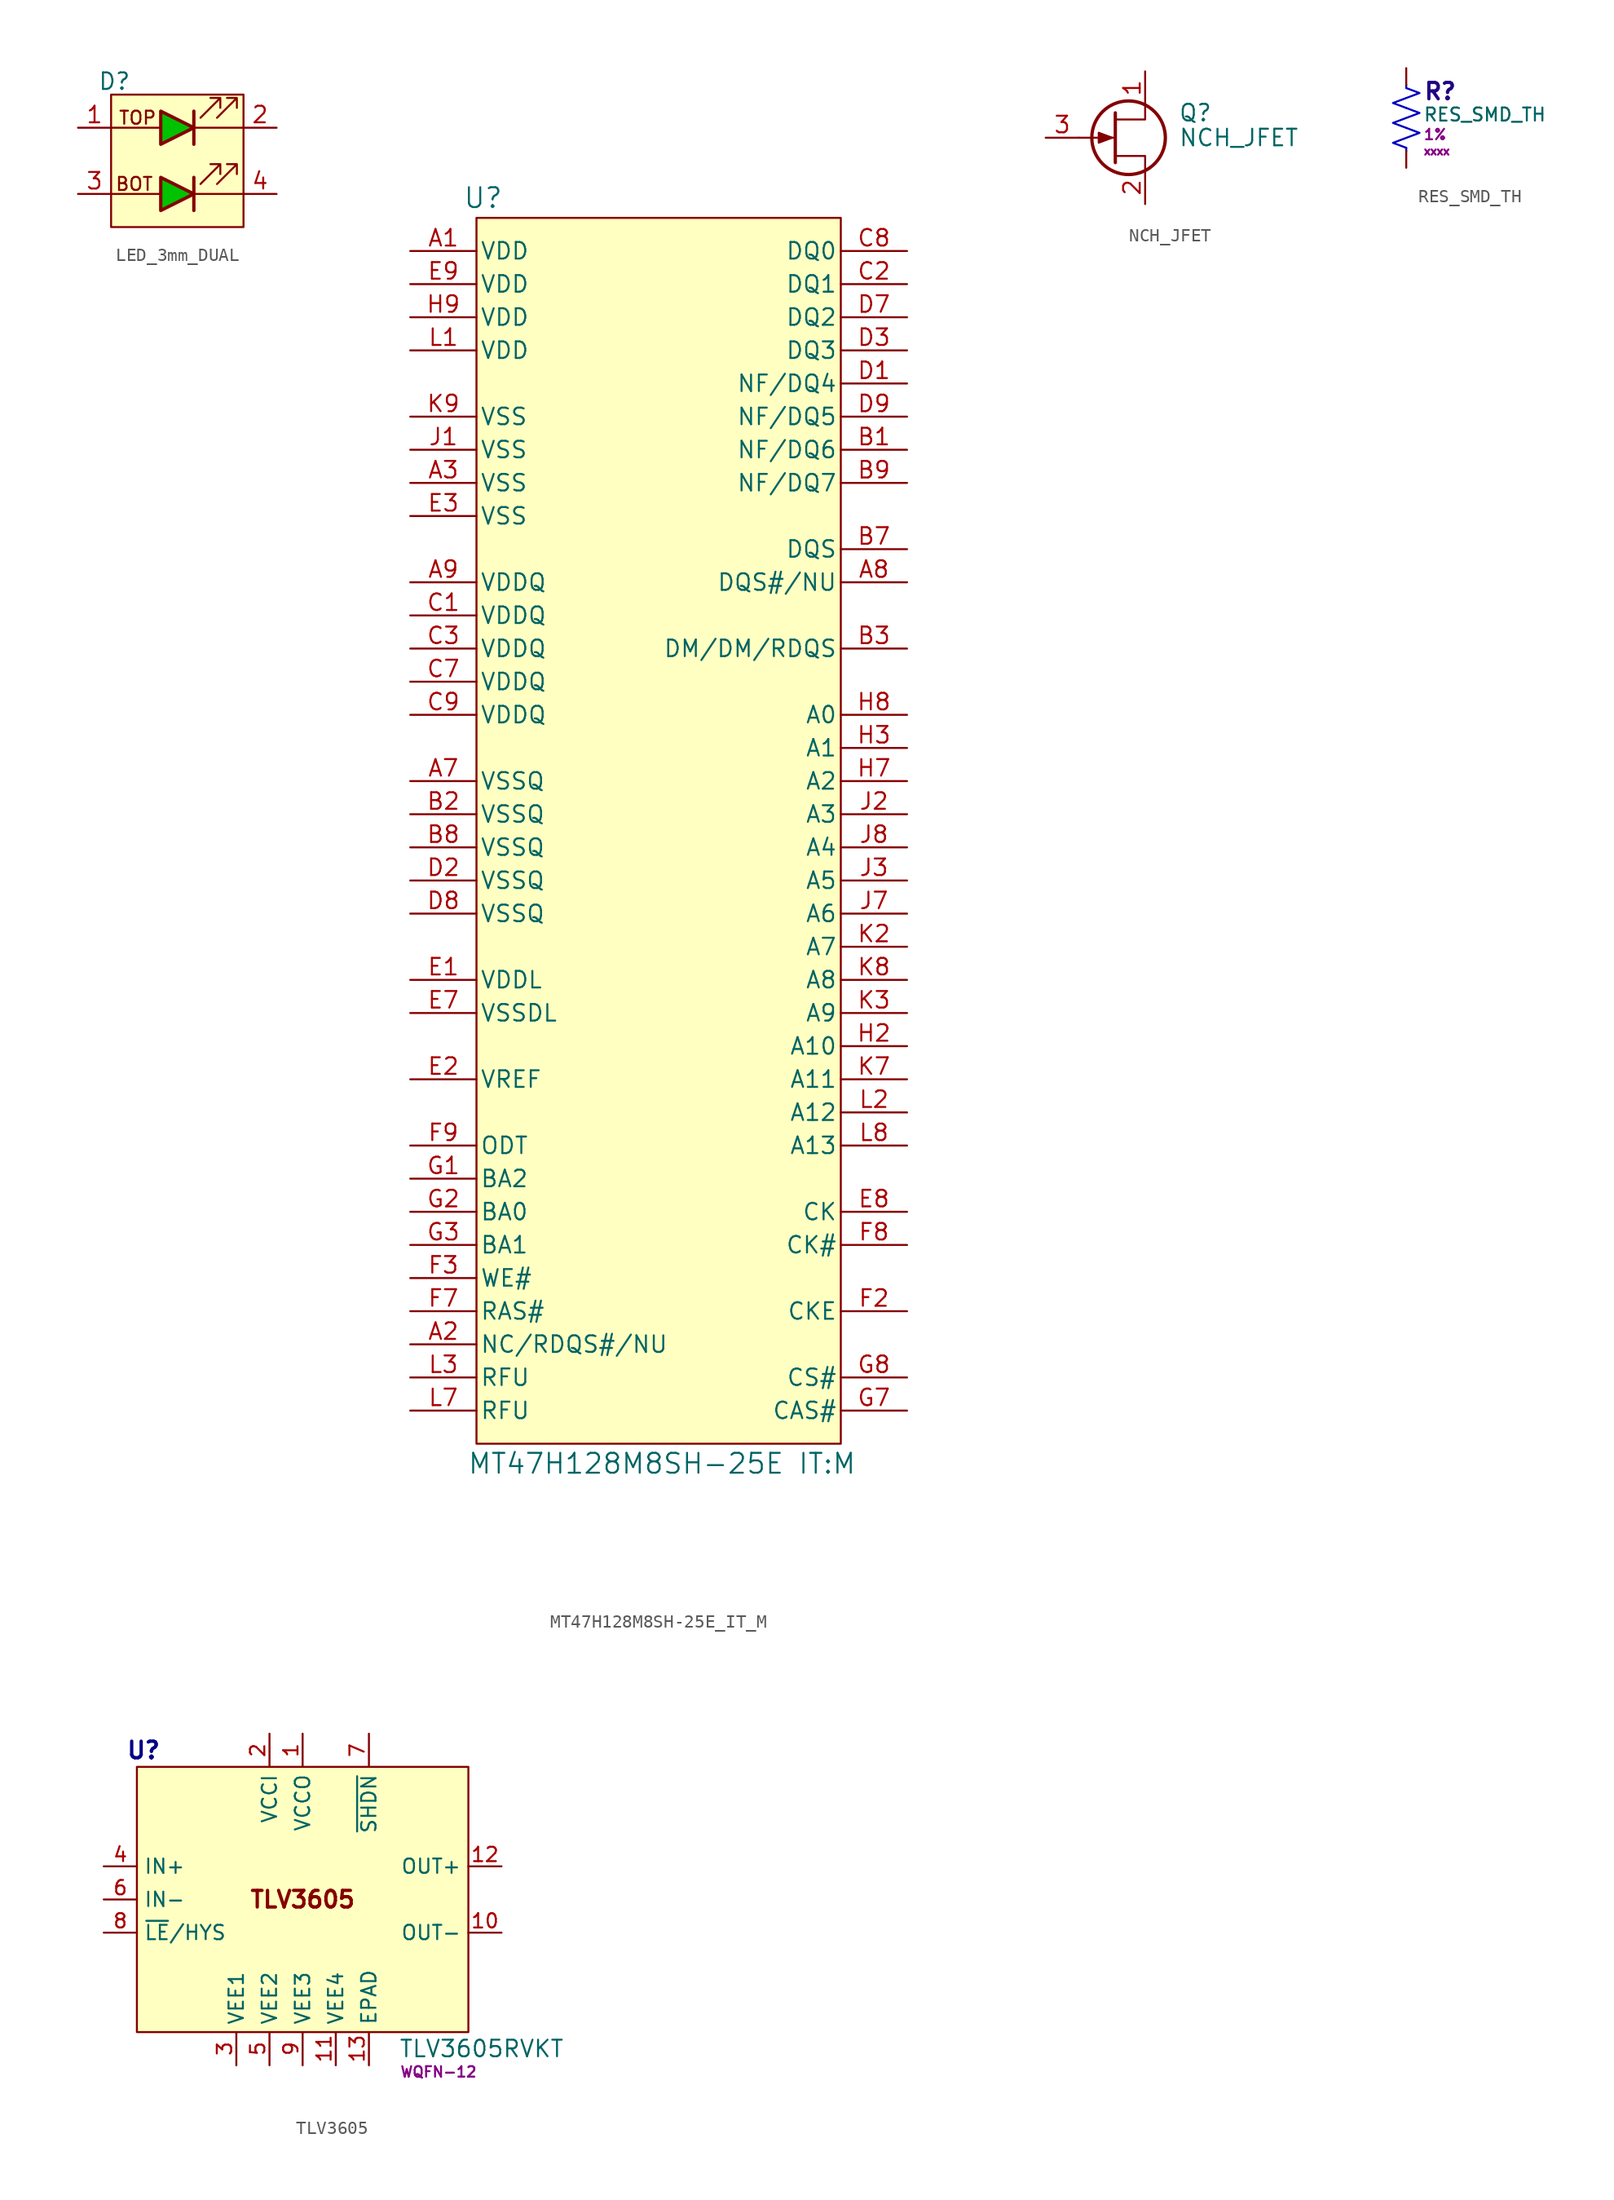
<source format=kicad_sym>
(kicad_symbol_lib
  (version 20241209)
  (generator "kicad_symbol_editor")
  (generator_version "9.0")
  (symbol "LED_3mm_DUAL"
    (property "Reference" "D"
      (at -4.826 6.096 0)
      (effects (font (size 1.27 1.27))))
    (property "Value" ""
      (at 0 2.54 0)
      (effects (font (size 1.27 1.27))))
    (symbol "LED_3mm_DUAL_0_1"
      (polyline (pts (xy -1.27 2.54) (xy -5.08 2.54)) (stroke (width 0) (type default)) (fill (type none)))
      (polyline (pts (xy -1.27 -2.54) (xy -5.08 -2.54)) (stroke (width 0) (type default)) (fill (type none)))
      (polyline (pts (xy 1.27 3.81) (xy 1.27 1.27)) (stroke (width 0.254) (type default)) (fill (type none)))
      (polyline (pts (xy 1.27 -1.27) (xy 1.27 -3.81)) (stroke (width 0.254) (type default)) (fill (type none)))
      (polyline (pts (xy 1.778 3.302) (xy 3.302 4.826) (xy 2.54 4.826) (xy 3.302 4.826) (xy 3.302 4.064)) (stroke (width 0) (type default)) (fill (type none)))
      (polyline (pts (xy 1.778 -1.778) (xy 3.302 -0.254) (xy 2.54 -0.254) (xy 3.302 -0.254) (xy 3.302 -1.016)) (stroke (width 0) (type default)) (fill (type none)))
      (polyline (pts (xy 3.048 3.302) (xy 4.572 4.826) (xy 3.81 4.826) (xy 4.572 4.826) (xy 4.572 4.064)) (stroke (width 0) (type default)) (fill (type none)))
      (polyline (pts (xy 3.048 -1.778) (xy 4.572 -0.254) (xy 3.81 -0.254) (xy 4.572 -0.254) (xy 4.572 -1.016)) (stroke (width 0) (type default)) (fill (type none)))
      (polyline (pts (xy 5.08 2.54) (xy 1.27 2.54)) (stroke (width 0) (type default)) (fill (type none)))
      (polyline (pts (xy 5.08 -2.54) (xy 1.27 -2.54)) (stroke (width 0) (type default)) (fill (type none))))
    (symbol "LED_3mm_DUAL_1_1"
      (rectangle (start -5.08 5.08) (end 5.08 -5.08) (stroke (width 0) (type default)) (fill (type background)))
      (polyline (pts (xy -1.27 3.81) (xy -1.27 1.27) (xy 1.27 2.54) (xy -1.27 3.81)) (stroke (width 0.254) (type default)) (fill (type color) (color 0 194 0 1)))
      (polyline (pts (xy -1.27 -1.27) (xy -1.27 -3.81) (xy 1.27 -2.54) (xy -1.27 -1.27)) (stroke (width 0.254) (type default)) (fill (type color) (color 0 194 0 1)))
      (text "BOT" (at -3.302 -1.778 0) (effects (font (size 1 1))))
      (text "TOP" (at -3.048 3.302 0) (effects (font (size 1 1))))
      (pin passive line (at -7.62 2.54 0) (length 2.54) (name "" (effects (font (size 1.27 1.27)))) (number "1" (effects (font (size 1.27 1.27)))))
      (pin passive line (at -7.62 -2.54 0) (length 2.54) (name "" (effects (font (size 1.27 1.27)))) (number "3" (effects (font (size 1.27 1.27)))))
      (pin passive line (at 7.62 2.54 180) (length 2.54) (name "" (effects (font (size 1.27 1.27)))) (number "2" (effects (font (size 1.27 1.27)))))
      (pin passive line (at 7.62 -2.54 180) (length 2.54) (name "" (effects (font (size 1.27 1.27)))) (number "4" (effects (font (size 1.27 1.27)))))))
  (symbol "MT47H128M8SH-25E_IT_M"
    (pin_names
      (offset 0.254))
    (property "Reference" "U"
      (at -12.192 1.524 0)
      (effects (font (size 1.524 1.524))))
    (property "Value" "MT47H128M8SH-25E IT:M"
      (at 1.524 -95.504 0)
      (effects (font (size 1.524 1.524))))
    (symbol "MT47H128M8SH-25E_IT_M_0_1"
      (pin power_in line (at -17.78 -2.54 0) (length 5.08) (name "VDD" (effects (font (size 1.27 1.27)))) (number "A1" (effects (font (size 1.27 1.27)))))
      (pin power_in line (at -17.78 -5.08 0) (length 5.08) (name "VDD" (effects (font (size 1.27 1.27)))) (number "E9" (effects (font (size 1.27 1.27)))))
      (pin power_in line (at -17.78 -7.62 0) (length 5.08) (name "VDD" (effects (font (size 1.27 1.27)))) (number "H9" (effects (font (size 1.27 1.27)))))
      (pin power_in line (at -17.78 -10.16 0) (length 5.08) (name "VDD" (effects (font (size 1.27 1.27)))) (number "L1" (effects (font (size 1.27 1.27)))))
      (pin power_in line (at -17.78 -15.24 0) (length 5.08) (name "VSS" (effects (font (size 1.27 1.27)))) (number "K9" (effects (font (size 1.27 1.27)))))
      (pin power_in line (at -17.78 -17.78 0) (length 5.08) (name "VSS" (effects (font (size 1.27 1.27)))) (number "J1" (effects (font (size 1.27 1.27)))))
      (pin power_in line (at -17.78 -20.32 0) (length 5.08) (name "VSS" (effects (font (size 1.27 1.27)))) (number "A3" (effects (font (size 1.27 1.27)))))
      (pin power_in line (at -17.78 -22.86 0) (length 5.08) (name "VSS" (effects (font (size 1.27 1.27)))) (number "E3" (effects (font (size 1.27 1.27)))))
      (pin power_in line (at -17.78 -27.94 0) (length 5.08) (name "VDDQ" (effects (font (size 1.27 1.27)))) (number "A9" (effects (font (size 1.27 1.27)))))
      (pin power_in line (at -17.78 -30.48 0) (length 5.08) (name "VDDQ" (effects (font (size 1.27 1.27)))) (number "C1" (effects (font (size 1.27 1.27)))))
      (pin power_in line (at -17.78 -33.02 0) (length 5.08) (name "VDDQ" (effects (font (size 1.27 1.27)))) (number "C3" (effects (font (size 1.27 1.27)))))
      (pin power_in line (at -17.78 -35.56 0) (length 5.08) (name "VDDQ" (effects (font (size 1.27 1.27)))) (number "C7" (effects (font (size 1.27 1.27)))))
      (pin power_in line (at -17.78 -38.1 0) (length 5.08) (name "VDDQ" (effects (font (size 1.27 1.27)))) (number "C9" (effects (font (size 1.27 1.27)))))
      (pin power_in line (at -17.78 -43.18 0) (length 5.08) (name "VSSQ" (effects (font (size 1.27 1.27)))) (number "A7" (effects (font (size 1.27 1.27)))))
      (pin power_in line (at -17.78 -45.72 0) (length 5.08) (name "VSSQ" (effects (font (size 1.27 1.27)))) (number "B2" (effects (font (size 1.27 1.27)))))
      (pin power_in line (at -17.78 -48.26 0) (length 5.08) (name "VSSQ" (effects (font (size 1.27 1.27)))) (number "B8" (effects (font (size 1.27 1.27)))))
      (pin power_in line (at -17.78 -50.8 0) (length 5.08) (name "VSSQ" (effects (font (size 1.27 1.27)))) (number "D2" (effects (font (size 1.27 1.27)))))
      (pin power_in line (at -17.78 -53.34 0) (length 5.08) (name "VSSQ" (effects (font (size 1.27 1.27)))) (number "D8" (effects (font (size 1.27 1.27)))))
      (pin power_in line (at -17.78 -58.42 0) (length 5.08) (name "VDDL" (effects (font (size 1.27 1.27)))) (number "E1" (effects (font (size 1.27 1.27)))))
      (pin power_in line (at -17.78 -60.96 0) (length 5.08) (name "VSSDL" (effects (font (size 1.27 1.27)))) (number "E7" (effects (font (size 1.27 1.27)))))
      (pin power_in line (at -17.78 -66.04 0) (length 5.08) (name "VREF" (effects (font (size 1.27 1.27)))) (number "E2" (effects (font (size 1.27 1.27)))))
      (pin input line (at -17.78 -71.12 0) (length 5.08) (name "ODT" (effects (font (size 1.27 1.27)))) (number "F9" (effects (font (size 1.27 1.27)))))
      (pin input line (at -17.78 -73.66 0) (length 5.08) (name "BA2" (effects (font (size 1.27 1.27)))) (number "G1" (effects (font (size 1.27 1.27)))))
      (pin input line (at -17.78 -76.2 0) (length 5.08) (name "BA0" (effects (font (size 1.27 1.27)))) (number "G2" (effects (font (size 1.27 1.27)))))
      (pin input line (at -17.78 -78.74 0) (length 5.08) (name "BA1" (effects (font (size 1.27 1.27)))) (number "G3" (effects (font (size 1.27 1.27)))))
      (pin input line (at -17.78 -81.28 0) (length 5.08) (name "WE#" (effects (font (size 1.27 1.27)))) (number "F3" (effects (font (size 1.27 1.27)))))
      (pin input line (at -17.78 -83.82 0) (length 5.08) (name "RAS#" (effects (font (size 1.27 1.27)))) (number "F7" (effects (font (size 1.27 1.27)))))
      (pin bidirectional line (at -17.78 -86.36 0) (length 5.08) (name "NC/RDQS#/NU" (effects (font (size 1.27 1.27)))) (number "A2" (effects (font (size 1.27 1.27)))))
      (pin unspecified line (at -17.78 -88.9 0) (length 5.08) (name "RFU" (effects (font (size 1.27 1.27)))) (number "L3" (effects (font (size 1.27 1.27)))))
      (pin unspecified line (at -17.78 -91.44 0) (length 5.08) (name "RFU" (effects (font (size 1.27 1.27)))) (number "L7" (effects (font (size 1.27 1.27)))))
      (pin bidirectional line (at 20.32 -2.54 180) (length 5.08) (name "DQ0" (effects (font (size 1.27 1.27)))) (number "C8" (effects (font (size 1.27 1.27)))))
      (pin bidirectional line (at 20.32 -5.08 180) (length 5.08) (name "DQ1" (effects (font (size 1.27 1.27)))) (number "C2" (effects (font (size 1.27 1.27)))))
      (pin bidirectional line (at 20.32 -7.62 180) (length 5.08) (name "DQ2" (effects (font (size 1.27 1.27)))) (number "D7" (effects (font (size 1.27 1.27)))))
      (pin bidirectional line (at 20.32 -10.16 180) (length 5.08) (name "DQ3" (effects (font (size 1.27 1.27)))) (number "D3" (effects (font (size 1.27 1.27)))))
      (pin bidirectional line (at 20.32 -12.7 180) (length 5.08) (name "NF/DQ4" (effects (font (size 1.27 1.27)))) (number "D1" (effects (font (size 1.27 1.27)))))
      (pin bidirectional line (at 20.32 -15.24 180) (length 5.08) (name "NF/DQ5" (effects (font (size 1.27 1.27)))) (number "D9" (effects (font (size 1.27 1.27)))))
      (pin bidirectional line (at 20.32 -17.78 180) (length 5.08) (name "NF/DQ6" (effects (font (size 1.27 1.27)))) (number "B1" (effects (font (size 1.27 1.27)))))
      (pin bidirectional line (at 20.32 -20.32 180) (length 5.08) (name "NF/DQ7" (effects (font (size 1.27 1.27)))) (number "B9" (effects (font (size 1.27 1.27)))))
      (pin bidirectional line (at 20.32 -25.4 180) (length 5.08) (name "DQS" (effects (font (size 1.27 1.27)))) (number "B7" (effects (font (size 1.27 1.27)))))
      (pin bidirectional line (at 20.32 -27.94 180) (length 5.08) (name "DQS#/NU" (effects (font (size 1.27 1.27)))) (number "A8" (effects (font (size 1.27 1.27)))))
      (pin bidirectional line (at 20.32 -33.02 180) (length 5.08) (name "DM/DM/RDQS" (effects (font (size 1.27 1.27)))) (number "B3" (effects (font (size 1.27 1.27)))))
      (pin input line (at 20.32 -38.1 180) (length 5.08) (name "A0" (effects (font (size 1.27 1.27)))) (number "H8" (effects (font (size 1.27 1.27)))))
      (pin input line (at 20.32 -40.64 180) (length 5.08) (name "A1" (effects (font (size 1.27 1.27)))) (number "H3" (effects (font (size 1.27 1.27)))))
      (pin input line (at 20.32 -43.18 180) (length 5.08) (name "A2" (effects (font (size 1.27 1.27)))) (number "H7" (effects (font (size 1.27 1.27)))))
      (pin input line (at 20.32 -45.72 180) (length 5.08) (name "A3" (effects (font (size 1.27 1.27)))) (number "J2" (effects (font (size 1.27 1.27)))))
      (pin input line (at 20.32 -48.26 180) (length 5.08) (name "A4" (effects (font (size 1.27 1.27)))) (number "J8" (effects (font (size 1.27 1.27)))))
      (pin input line (at 20.32 -50.8 180) (length 5.08) (name "A5" (effects (font (size 1.27 1.27)))) (number "J3" (effects (font (size 1.27 1.27)))))
      (pin input line (at 20.32 -53.34 180) (length 5.08) (name "A6" (effects (font (size 1.27 1.27)))) (number "J7" (effects (font (size 1.27 1.27)))))
      (pin input line (at 20.32 -55.88 180) (length 5.08) (name "A7" (effects (font (size 1.27 1.27)))) (number "K2" (effects (font (size 1.27 1.27)))))
      (pin input line (at 20.32 -58.42 180) (length 5.08) (name "A8" (effects (font (size 1.27 1.27)))) (number "K8" (effects (font (size 1.27 1.27)))))
      (pin input line (at 20.32 -60.96 180) (length 5.08) (name "A9" (effects (font (size 1.27 1.27)))) (number "K3" (effects (font (size 1.27 1.27)))))
      (pin input line (at 20.32 -63.5 180) (length 5.08) (name "A10" (effects (font (size 1.27 1.27)))) (number "H2" (effects (font (size 1.27 1.27)))))
      (pin input line (at 20.32 -66.04 180) (length 5.08) (name "A11" (effects (font (size 1.27 1.27)))) (number "K7" (effects (font (size 1.27 1.27)))))
      (pin input line (at 20.32 -68.58 180) (length 5.08) (name "A12" (effects (font (size 1.27 1.27)))) (number "L2" (effects (font (size 1.27 1.27)))))
      (pin input line (at 20.32 -71.12 180) (length 5.08) (name "A13" (effects (font (size 1.27 1.27)))) (number "L8" (effects (font (size 1.27 1.27)))))
      (pin input line (at 20.32 -76.2 180) (length 5.08) (name "CK" (effects (font (size 1.27 1.27)))) (number "E8" (effects (font (size 1.27 1.27)))))
      (pin input line (at 20.32 -78.74 180) (length 5.08) (name "CK#" (effects (font (size 1.27 1.27)))) (number "F8" (effects (font (size 1.27 1.27)))))
      (pin input line (at 20.32 -83.82 180) (length 5.08) (name "CKE" (effects (font (size 1.27 1.27)))) (number "F2" (effects (font (size 1.27 1.27)))))
      (pin input line (at 20.32 -88.9 180) (length 5.08) (name "CS#" (effects (font (size 1.27 1.27)))) (number "G8" (effects (font (size 1.27 1.27)))))
      (pin input line (at 20.32 -91.44 180) (length 5.08) (name "CAS#" (effects (font (size 1.27 1.27)))) (number "G7" (effects (font (size 1.27 1.27))))))
    (symbol "MT47H128M8SH-25E_IT_M_1_1"
      (rectangle (start -12.7 0) (end 15.24 -93.98) (stroke (width 0) (type solid)) (fill (type background)))))
  (symbol "NCH_JFET"
    (pin_names
      (hide yes))
    (property "Reference" "Q"
      (at 5.08 1.905 0)
      (effects (font (size 1.27 1.27)) (justify left)))
    (property "Value" "NCH_JFET"
      (at 5.08 0 0)
      (effects (font (size 1.27 1.27)) (justify left)))
    (property "Alternate 1" ""
      (at 0 0 0)
      (effects (font (size 1.27 1.27))))
    (property "Alternate 2" ""
      (at 0 0 0)
      (effects (font (size 1.27 1.27))))
    (property "Part No" ""
      (at 0 0 0)
      (effects (font (size 1.27 1.27))))
    (property "Manufacturer" ""
      (at 0 0 0)
      (effects (font (size 1.27 1.27))))
    (property "Package" ""
      (at 0 0 0)
      (effects (font (size 1.27 1.27))))
    (symbol "NCH_JFET_0_1"
      (polyline (pts (xy 0 0) (xy -1.016 0.381) (xy -1.016 -0.381) (xy 0 0)) (stroke (width 0) (type default)) (fill (type outline)))
      (polyline (pts (xy 0.254 0) (xy -2.54 0)) (stroke (width 0) (type default)) (fill (type none)))
      (circle (center 1.27 0) (radius 2.819) (stroke (width 0.254) (type default)) (fill (type none)))
      (polyline (pts (xy 2.54 2.54) (xy 2.54 1.397) (xy 0.254 1.397)) (stroke (width 0) (type default)) (fill (type none)))
      (polyline (pts (xy 2.54 -2.54) (xy 2.54 -1.397) (xy 0.254 -1.397)) (stroke (width 0) (type default)) (fill (type none))))
    (symbol "NCH_JFET_1_1"
      (polyline (pts (xy 0.254 1.905) (xy 0.254 -1.905)) (stroke (width 0.254) (type default)) (fill (type none)))
      (pin passive line (at -5.08 0 0) (length 2.54) (name "G" (effects (font (size 1.27 1.27)))) (number "3" (effects (font (size 1.27 1.27)))))
      (pin passive line (at 2.54 5.08 270) (length 2.54) (name "D" (effects (font (size 1.27 1.27)))) (number "1" (effects (font (size 1.27 1.27)))))
      (pin passive line (at 2.54 -5.08 90) (length 2.54) (name "S" (effects (font (size 1.27 1.27)))) (number "2" (effects (font (size 1.27 1.27)))))))
  (symbol "RES_SMD_TH"
    (pin_numbers
      (hide yes))
    (pin_names
      (offset 0))
    (property "Reference" "R"
      (at 1.27 -1.778 0)
      (do_not_autoplace)
      (effects (font (size 1.25 1.25) (bold yes) (color 34 4 131 1)) (justify left)))
    (property "Value" "RES_SMD_TH"
      (at 1.27 -3.556 0)
      (do_not_autoplace)
      (effects (font (size 1 1)) (justify left)))
    (property "Tolerance" "1%"
      (at 1.27 -5.08 0)
      (do_not_autoplace)
      (effects (font (size 0.8 0.8)) (justify left)))
    (property "Package" "xxxx"
      (at 1.27 -6.35 0)
      (do_not_autoplace)
      (effects (font (size 0.6 0.6)) (justify left)))
    (symbol "RES_SMD_TH_0_1"
      (polyline (pts (xy 0 -1.524) (xy 0 -1.27)) (stroke (width 0) (type default) (color 0 0 194 1)) (fill (type none)))
      (polyline (pts (xy 0 -1.524) (xy 1.016 -1.905) (xy 0 -2.286) (xy -1.016 -2.667) (xy 0 -3.048)) (stroke (width 0) (type default) (color 0 0 194 1)) (fill (type none)))
      (polyline (pts (xy 0 -3.048) (xy 1.016 -3.429) (xy 0 -3.81) (xy -1.016 -4.191) (xy 0 -4.572)) (stroke (width 0) (type default) (color 0 0 194 1)) (fill (type none)))
      (polyline (pts (xy 0 -4.572) (xy 1.016 -4.953) (xy 0 -5.334) (xy -1.016 -5.715) (xy 0 -6.096)) (stroke (width 0) (type default) (color 0 0 194 1)) (fill (type none)))
      (polyline (pts (xy 0 -6.096) (xy 0 -6.35)) (stroke (width 0) (type default) (color 0 0 194 1)) (fill (type none))))
    (symbol "RES_SMD_TH_1_1"
      (pin passive line (at 0 0 270) (length 1.27) (name "~" (effects (font (size 1.27 1.27)))) (number "1" (effects (font (size 1.27 1.27)))))
      (pin passive line (at 0 -7.62 90) (length 1.27) (name "~" (effects (font (size 1.27 1.27)))) (number "2" (effects (font (size 1.27 1.27)))))))
  (symbol "TLV3605"
    (property "Reference" "U"
      (at -12.192 11.43 0)
      (effects (font (size 1.27 1.27) (thickness 0.254) (bold yes) (color 0 0 132 1))))
    (property "Value" "TLV3605RVKT"
      (at 13.716 -11.43 0)
      (effects (font (size 1.27 1.27))))
    (property "Package" "WQFN-12"
      (at 10.414 -13.208 0)
      (effects (font (size 0.8 0.8))))
    (symbol "TLV3605_1_1"
      (rectangle (start -12.7 10.16) (end 12.7 -10.16) (stroke (width 0) (type default)) (fill (type background)))
      (text "TLV3605" (at 0 0 0) (effects (font (size 1.27 1.27) (thickness 0.254) (bold yes))))
      (pin passive line (at -15.24 2.54 0) (length 2.54) (name "IN+" (effects (font (size 1.1 1.1)))) (number "4" (effects (font (size 1.1 1.1)))))
      (pin passive line (at -15.24 0 0) (length 2.54) (name "IN-" (effects (font (size 1.1 1.1)))) (number "6" (effects (font (size 1.1 1.1)))))
      (pin passive line (at -15.24 -2.54 0) (length 2.54) (name "~{LE}/HYS" (effects (font (size 1.1 1.1)))) (number "8" (effects (font (size 1.1 1.1)))))
      (pin passive line (at -5.08 -12.7 90) (length 2.54) (name "VEE1" (effects (font (size 1.1 1.1)))) (number "3" (effects (font (size 1.1 1.1)))))
      (pin passive line (at -2.54 12.7 270) (length 2.54) (name "VCCI" (effects (font (size 1.1 1.1)))) (number "2" (effects (font (size 1.1 1.1)))))
      (pin passive line (at -2.54 -12.7 90) (length 2.54) (name "VEE2" (effects (font (size 1.1 1.1)))) (number "5" (effects (font (size 1.1 1.1)))))
      (pin passive line (at 0 12.7 270) (length 2.54) (name "VCCO" (effects (font (size 1.1 1.1)))) (number "1" (effects (font (size 1.1 1.1)))))
      (pin passive line (at 0 -12.7 90) (length 2.54) (name "VEE3" (effects (font (size 1.1 1.1)))) (number "9" (effects (font (size 1.1 1.1)))))
      (pin passive line (at 2.54 -12.7 90) (length 2.54) (name "VEE4" (effects (font (size 1.1 1.1)))) (number "11" (effects (font (size 1.1 1.1)))))
      (pin passive line (at 5.08 12.7 270) (length 2.54) (name "~{SHDN}" (effects (font (size 1.1 1.1)))) (number "7" (effects (font (size 1.1 1.1)))))
      (pin passive line (at 5.08 -12.7 90) (length 2.54) (name "EPAD" (effects (font (size 1.1 1.1)))) (number "13" (effects (font (size 1.1 1.1)))))
      (pin passive line (at 15.24 2.54 180) (length 2.54) (name "OUT+" (effects (font (size 1.1 1.1)))) (number "12" (effects (font (size 1.1 1.1)))))
      (pin passive line (at 15.24 -2.54 180) (length 2.54) (name "OUT-" (effects (font (size 1.1 1.1)))) (number "10" (effects (font (size 1.1 1.1))))))))
</source>
